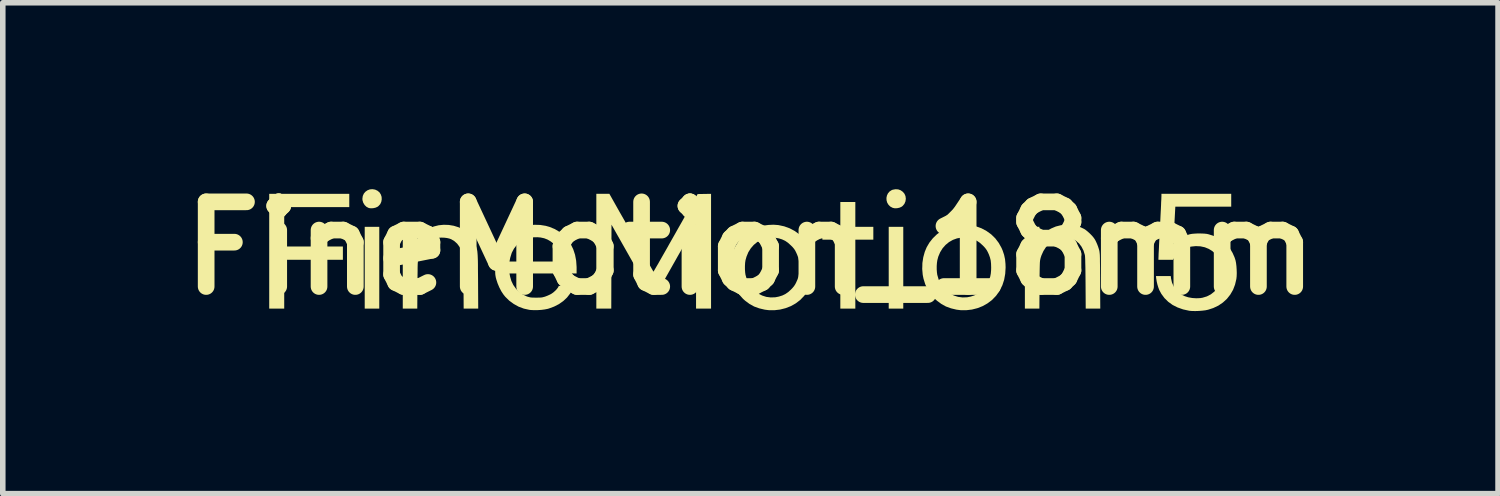
<source format=kicad_pcb>
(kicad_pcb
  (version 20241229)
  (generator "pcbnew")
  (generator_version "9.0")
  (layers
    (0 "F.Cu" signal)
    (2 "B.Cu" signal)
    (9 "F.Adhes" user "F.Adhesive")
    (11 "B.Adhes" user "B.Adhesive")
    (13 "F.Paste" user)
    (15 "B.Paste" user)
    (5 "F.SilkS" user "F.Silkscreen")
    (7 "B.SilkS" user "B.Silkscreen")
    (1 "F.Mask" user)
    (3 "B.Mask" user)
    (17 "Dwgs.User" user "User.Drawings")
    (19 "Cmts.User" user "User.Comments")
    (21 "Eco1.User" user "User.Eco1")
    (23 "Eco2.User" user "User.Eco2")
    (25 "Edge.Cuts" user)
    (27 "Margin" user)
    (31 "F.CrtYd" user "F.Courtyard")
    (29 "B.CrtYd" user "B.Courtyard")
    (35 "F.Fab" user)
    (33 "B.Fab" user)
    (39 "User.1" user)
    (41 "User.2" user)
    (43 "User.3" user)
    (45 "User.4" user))
  (footprint "FineMotion_18mm"
    (layer "F.Cu")
    (at 10.458 1.418)
    (property "Reference" "FineMotion_18mm" (at 0 0 0) (layer "F.SilkS") (effects (font (size 1.524 1.524) (thickness 0.3))))
    (attr board_only exclude_from_pos_files exclude_from_bom)
    (fp_poly (pts (xy -6.681 1.087) (xy -6.943 1.087) (xy -6.943 -0.385) (xy -6.681 -0.385)) (stroke (width 0) (type solid)) (fill yes) (layer "F.SilkS"))
    (fp_poly (pts (xy 2.751 1.087) (xy 2.489 1.087) (xy 2.489 -0.385) (xy 2.751 -0.385)) (stroke (width 0) (type solid)) (fill yes) (layer "F.SilkS"))
    (fp_poly (pts (xy -7.221 -0.74) (xy -8.392 -0.74) (xy -8.392 -0.031) (xy -7.336 -0.031) (xy -7.336 0.208) (xy -8.392 0.208) (xy -8.392 1.087) (xy -8.662 1.087) (xy -8.662 -0.979) (xy -7.221 -0.979)) (stroke (width 0) (type solid)) (fill yes) (layer "F.SilkS"))
    (fp_poly (pts (xy 1.888 -0.385) (xy 2.212 -0.385) (xy 2.212 -0.154) (xy 1.888 -0.154) (xy 1.888 1.087) (xy 1.618 1.087) (xy 1.618 -0.154) (xy 1.295 -0.154) (xy 1.295 -0.385) (xy 1.618 -0.385) (xy 1.618 -0.832) (xy 1.888 -0.832)) (stroke (width 0) (type solid)) (fill yes) (layer "F.SilkS"))
    (fp_poly (pts (xy -6.756 -1.055) (xy -6.713 -1.035) (xy -6.677 -1.005) (xy -6.653 -0.967) (xy -6.639 -0.924) (xy -6.637 -0.879) (xy -6.645 -0.834) (xy -6.664 -0.793) (xy -6.695 -0.759) (xy -6.714 -0.745) (xy -6.751 -0.729) (xy -6.794 -0.72) (xy -6.838 -0.719) (xy -6.87 -0.724) (xy -6.911 -0.745) (xy -6.944 -0.777) (xy -6.969 -0.817) (xy -6.983 -0.864) (xy -6.985 -0.89) (xy -6.978 -0.94) (xy -6.959 -0.983) (xy -6.93 -1.017) (xy -6.893 -1.043) (xy -6.85 -1.059) (xy -6.804 -1.063)) (stroke (width 0) (type solid)) (fill yes) (layer "F.SilkS"))
    (fp_poly (pts (xy 2.66 -1.059) (xy 2.704 -1.043) (xy 2.742 -1.016) (xy 2.772 -0.981) (xy 2.791 -0.938) (xy 2.797 -0.89) (xy 2.79 -0.842) (xy 2.771 -0.798) (xy 2.74 -0.761) (xy 2.718 -0.745) (xy 2.682 -0.729) (xy 2.639 -0.72) (xy 2.596 -0.719) (xy 2.56 -0.727) (xy 2.517 -0.75) (xy 2.485 -0.782) (xy 2.462 -0.82) (xy 2.45 -0.862) (xy 2.448 -0.906) (xy 2.457 -0.948) (xy 2.475 -0.987) (xy 2.504 -1.021) (xy 2.543 -1.046) (xy 2.561 -1.053) (xy 2.611 -1.062)) (stroke (width 0) (type solid)) (fill yes) (layer "F.SilkS"))
    (fp_poly (pts (xy -0.709 1.087) (xy -0.979 1.087) (xy -0.979 0.331) (xy -0.979 0.225) (xy -0.979 0.123) (xy -0.979 0.026) (xy -0.98 -0.063) (xy -0.98 -0.146) (xy -0.981 -0.219) (xy -0.981 -0.283) (xy -0.982 -0.337) (xy -0.983 -0.378) (xy -0.984 -0.407) (xy -0.984 -0.422) (xy -0.985 -0.424) (xy -0.992 -0.418) (xy -1.002 -0.402) (xy -1.006 -0.394) (xy -1.012 -0.383) (xy -1.025 -0.359) (xy -1.045 -0.324) (xy -1.07 -0.279) (xy -1.1 -0.225) (xy -1.135 -0.162) (xy -1.175 -0.093) (xy -1.217 -0.018) (xy -1.262 0.063) (xy -1.31 0.147) (xy -1.333 0.188) (xy -1.645 0.74) (xy -1.745 0.738) (xy -1.844 0.736) (xy -2.501 -0.424) (xy -2.503 0.331) (xy -2.505 1.087) (xy -2.774 1.087) (xy -2.774 -0.979) (xy -2.539 -0.979) (xy -2.351 -0.645) (xy -2.268 -0.5) (xy -2.194 -0.368) (xy -2.126 -0.248) (xy -2.064 -0.14) (xy -2.01 -0.043) (xy -1.961 0.043) (xy -1.918 0.119) (xy -1.881 0.185) (xy -1.849 0.241) (xy -1.822 0.289) (xy -1.799 0.329) (xy -1.781 0.361) (xy -1.767 0.385) (xy -1.757 0.403) (xy -1.75 0.415) (xy -1.746 0.421) (xy -1.746 0.422) (xy -1.741 0.416) (xy -1.731 0.398) (xy -1.714 0.369) (xy -1.692 0.331) (xy -1.665 0.285) (xy -1.635 0.232) (xy -1.602 0.174) (xy -1.581 0.137) (xy -1.545 0.074) (xy -1.503 0.000423) (xy -1.457 -0.082) (xy -1.407 -0.17) (xy -1.355 -0.261) (xy -1.303 -0.354) (xy -1.251 -0.445) (xy -1.202 -0.532) (xy -1.185 -0.563) (xy -0.951 -0.975) (xy -0.83 -0.977) (xy -0.709 -0.979)) (stroke (width 0) (type solid)) (fill yes) (layer "F.SilkS"))
    (fp_poly (pts (xy -5.43 -0.419) (xy -5.34 -0.404) (xy -5.253 -0.377) (xy -5.188 -0.346) (xy -5.164 -0.33) (xy -5.134 -0.306) (xy -5.103 -0.278) (xy -5.078 -0.255) (xy -5.046 -0.221) (xy -5.021 -0.192) (xy -5.001 -0.163) (xy -4.983 -0.128) (xy -4.976 -0.116) (xy -4.963 -0.089) (xy -4.952 -0.065) (xy -4.942 -0.042) (xy -4.934 -0.021) (xy -4.927 0.002) (xy -4.921 0.027) (xy -4.916 0.055) (xy -4.913 0.088) (xy -4.91 0.127) (xy -4.908 0.174) (xy -4.906 0.229) (xy -4.905 0.294) (xy -4.905 0.37) (xy -4.904 0.459) (xy -4.903 0.561) (xy -4.903 0.584) (xy -4.9 1.087) (xy -5.162 1.087) (xy -5.165 0.622) (xy -5.166 0.518) (xy -5.167 0.424) (xy -5.169 0.341) (xy -5.17 0.271) (xy -5.172 0.213) (xy -5.173 0.169) (xy -5.175 0.139) (xy -5.177 0.123) (xy -5.202 0.045) (xy -5.236 -0.024) (xy -5.279 -0.082) (xy -5.33 -0.128) (xy -5.387 -0.162) (xy -5.42 -0.174) (xy -5.464 -0.184) (xy -5.516 -0.19) (xy -5.569 -0.191) (xy -5.615 -0.187) (xy -5.628 -0.185) (xy -5.698 -0.163) (xy -5.764 -0.127) (xy -5.825 -0.078) (xy -5.878 -0.019) (xy -5.923 0.05) (xy -5.959 0.127) (xy -5.974 0.175) (xy -5.978 0.189) (xy -5.981 0.202) (xy -5.983 0.217) (xy -5.985 0.234) (xy -5.987 0.256) (xy -5.989 0.283) (xy -5.99 0.316) (xy -5.991 0.358) (xy -5.991 0.41) (xy -5.992 0.472) (xy -5.993 0.547) (xy -5.993 0.635) (xy -5.994 0.661) (xy -5.997 1.087) (xy -6.258 1.087) (xy -6.258 -0.385) (xy -5.996 -0.385) (xy -5.994 -0.277) (xy -5.992 -0.169) (xy -5.963 -0.208) (xy -5.93 -0.245) (xy -5.887 -0.285) (xy -5.839 -0.322) (xy -5.79 -0.352) (xy -5.781 -0.357) (xy -5.7 -0.391) (xy -5.613 -0.413) (xy -5.522 -0.422)) (stroke (width 0) (type solid)) (fill yes) (layer "F.SilkS"))
    (fp_poly (pts (xy 5.767 -0.419) (xy 5.858 -0.404) (xy 5.944 -0.377) (xy 6.009 -0.346) (xy 6.033 -0.33) (xy 6.063 -0.306) (xy 6.095 -0.278) (xy 6.12 -0.254) (xy 6.152 -0.221) (xy 6.176 -0.192) (xy 6.196 -0.164) (xy 6.214 -0.132) (xy 6.222 -0.115) (xy 6.24 -0.075) (xy 6.257 -0.031) (xy 6.27 0.01) (xy 6.274 0.023) (xy 6.278 0.037) (xy 6.281 0.05) (xy 6.283 0.064) (xy 6.285 0.08) (xy 6.287 0.099) (xy 6.289 0.123) (xy 6.29 0.153) (xy 6.291 0.191) (xy 6.291 0.236) (xy 6.292 0.291) (xy 6.293 0.357) (xy 6.293 0.436) (xy 6.294 0.527) (xy 6.294 0.588) (xy 6.297 1.087) (xy 6.035 1.087) (xy 6.032 0.622) (xy 6.031 0.518) (xy 6.03 0.424) (xy 6.029 0.341) (xy 6.027 0.271) (xy 6.026 0.213) (xy 6.024 0.169) (xy 6.022 0.139) (xy 6.02 0.123) (xy 5.995 0.042) (xy 5.959 -0.028) (xy 5.915 -0.086) (xy 5.861 -0.132) (xy 5.798 -0.166) (xy 5.788 -0.17) (xy 5.745 -0.182) (xy 5.694 -0.189) (xy 5.64 -0.191) (xy 5.59 -0.189) (xy 5.57 -0.185) (xy 5.499 -0.163) (xy 5.433 -0.127) (xy 5.372 -0.078) (xy 5.319 -0.019) (xy 5.274 0.05) (xy 5.239 0.127) (xy 5.223 0.175) (xy 5.22 0.189) (xy 5.217 0.202) (xy 5.214 0.217) (xy 5.212 0.234) (xy 5.21 0.256) (xy 5.209 0.283) (xy 5.208 0.316) (xy 5.207 0.358) (xy 5.206 0.41) (xy 5.205 0.472) (xy 5.204 0.547) (xy 5.204 0.635) (xy 5.204 0.661) (xy 5.201 1.087) (xy 4.94 1.087) (xy 4.94 -0.385) (xy 5.201 -0.385) (xy 5.206 -0.169) (xy 5.235 -0.208) (xy 5.268 -0.245) (xy 5.311 -0.285) (xy 5.359 -0.322) (xy 5.407 -0.352) (xy 5.417 -0.357) (xy 5.497 -0.391) (xy 5.584 -0.413) (xy 5.675 -0.422)) (stroke (width 0) (type solid)) (fill yes) (layer "F.SilkS"))
    (fp_poly (pts (xy 0.499 -0.417) (xy 0.501 -0.417) (xy 0.608 -0.394) (xy 0.707 -0.358) (xy 0.799 -0.309) (xy 0.881 -0.249) (xy 0.954 -0.178) (xy 1.017 -0.096) (xy 1.067 -0.005) (xy 1.088 0.042) (xy 1.113 0.12) (xy 1.13 0.199) (xy 1.139 0.284) (xy 1.14 0.347) (xy 1.134 0.461) (xy 1.115 0.567) (xy 1.082 0.666) (xy 1.037 0.758) (xy 0.977 0.845) (xy 0.963 0.862) (xy 0.894 0.933) (xy 0.815 0.993) (xy 0.728 1.042) (xy 0.633 1.079) (xy 0.534 1.104) (xy 0.432 1.116) (xy 0.328 1.115) (xy 0.258 1.106) (xy 0.157 1.082) (xy 0.066 1.049) (xy -0.017 1.003) (xy -0.095 0.945) (xy -0.133 0.911) (xy -0.203 0.833) (xy -0.26 0.746) (xy -0.305 0.651) (xy -0.337 0.548) (xy -0.351 0.478) (xy -0.36 0.373) (xy -0.359 0.321) (xy -0.099 0.321) (xy -0.099 0.381) (xy -0.095 0.437) (xy -0.089 0.479) (xy -0.064 0.564) (xy -0.027 0.641) (xy 0.02 0.71) (xy 0.076 0.768) (xy 0.14 0.816) (xy 0.211 0.852) (xy 0.286 0.876) (xy 0.366 0.886) (xy 0.449 0.883) (xy 0.51 0.871) (xy 0.574 0.851) (xy 0.628 0.825) (xy 0.679 0.79) (xy 0.729 0.745) (xy 0.762 0.71) (xy 0.787 0.679) (xy 0.807 0.648) (xy 0.823 0.617) (xy 0.848 0.56) (xy 0.865 0.508) (xy 0.875 0.454) (xy 0.88 0.393) (xy 0.881 0.347) (xy 0.879 0.279) (xy 0.872 0.221) (xy 0.86 0.168) (xy 0.84 0.115) (xy 0.823 0.077) (xy 0.805 0.041) (xy 0.785 0.011) (xy 0.76 -0.019) (xy 0.729 -0.05) (xy 0.676 -0.098) (xy 0.625 -0.133) (xy 0.569 -0.159) (xy 0.512 -0.177) (xy 0.427 -0.192) (xy 0.345 -0.191) (xy 0.266 -0.177) (xy 0.191 -0.15) (xy 0.122 -0.111) (xy 0.06 -0.06) (xy 0.007 0.001) (xy -0.038 0.072) (xy -0.071 0.152) (xy -0.089 0.216) (xy -0.096 0.264) (xy -0.099 0.321) (xy -0.359 0.321) (xy -0.357 0.267) (xy -0.342 0.163) (xy -0.315 0.065) (xy -0.279 -0.019) (xy -0.23 -0.102) (xy -0.169 -0.179) (xy -0.098 -0.248) (xy -0.02 -0.307) (xy 0.062 -0.353) (xy 0.068 -0.356) (xy 0.146 -0.385) (xy 0.233 -0.407) (xy 0.324 -0.419) (xy 0.415 -0.423)) (stroke (width 0) (type solid)) (fill yes) (layer "F.SilkS"))
    (fp_poly (pts (xy 3.951 -0.417) (xy 3.954 -0.417) (xy 4.06 -0.394) (xy 4.16 -0.358) (xy 4.251 -0.309) (xy 4.334 -0.249) (xy 4.407 -0.178) (xy 4.469 -0.096) (xy 4.52 -0.005) (xy 4.54 0.042) (xy 4.566 0.12) (xy 4.583 0.199) (xy 4.591 0.284) (xy 4.593 0.347) (xy 4.586 0.461) (xy 4.567 0.567) (xy 4.535 0.666) (xy 4.489 0.758) (xy 4.43 0.845) (xy 4.416 0.862) (xy 4.347 0.933) (xy 4.267 0.993) (xy 4.18 1.042) (xy 4.086 1.079) (xy 3.987 1.104) (xy 3.884 1.116) (xy 3.78 1.115) (xy 3.71 1.106) (xy 3.61 1.082) (xy 3.519 1.049) (xy 3.436 1.003) (xy 3.358 0.945) (xy 3.32 0.911) (xy 3.25 0.833) (xy 3.192 0.746) (xy 3.147 0.651) (xy 3.115 0.548) (xy 3.101 0.478) (xy 3.092 0.373) (xy 3.094 0.321) (xy 3.353 0.321) (xy 3.353 0.381) (xy 3.357 0.437) (xy 3.363 0.479) (xy 3.388 0.564) (xy 3.425 0.641) (xy 3.472 0.71) (xy 3.528 0.768) (xy 3.592 0.816) (xy 3.663 0.852) (xy 3.739 0.876) (xy 3.819 0.886) (xy 3.901 0.883) (xy 3.963 0.871) (xy 4.026 0.851) (xy 4.081 0.825) (xy 4.132 0.79) (xy 4.182 0.745) (xy 4.215 0.71) (xy 4.239 0.679) (xy 4.259 0.648) (xy 4.276 0.617) (xy 4.3 0.56) (xy 4.317 0.508) (xy 4.327 0.454) (xy 4.332 0.393) (xy 4.333 0.347) (xy 4.331 0.279) (xy 4.325 0.221) (xy 4.312 0.168) (xy 4.293 0.115) (xy 4.276 0.077) (xy 4.257 0.041) (xy 4.237 0.011) (xy 4.212 -0.019) (xy 4.182 -0.05) (xy 4.129 -0.098) (xy 4.077 -0.133) (xy 4.022 -0.159) (xy 3.964 -0.177) (xy 3.88 -0.192) (xy 3.797 -0.191) (xy 3.718 -0.177) (xy 3.644 -0.15) (xy 3.575 -0.111) (xy 3.513 -0.06) (xy 3.459 0.001) (xy 3.415 0.072) (xy 3.381 0.152) (xy 3.364 0.216) (xy 3.357 0.264) (xy 3.353 0.321) (xy 3.094 0.321) (xy 3.095 0.267) (xy 3.111 0.163) (xy 3.138 0.065) (xy 3.173 -0.019) (xy 3.222 -0.102) (xy 3.283 -0.179) (xy 3.354 -0.248) (xy 3.432 -0.307) (xy 3.514 -0.353) (xy 3.521 -0.356) (xy 3.599 -0.385) (xy 3.686 -0.407) (xy 3.777 -0.419) (xy 3.867 -0.423)) (stroke (width 0) (type solid)) (fill yes) (layer "F.SilkS"))
    (fp_poly (pts (xy -3.785 -0.419) (xy -3.685 -0.403) (xy -3.618 -0.384) (xy -3.522 -0.345) (xy -3.435 -0.293) (xy -3.358 -0.23) (xy -3.291 -0.157) (xy -3.235 -0.074) (xy -3.19 0.018) (xy -3.157 0.118) (xy -3.137 0.225) (xy -3.129 0.339) (xy -3.129 0.35) (xy -3.129 0.455) (xy -4.337 0.455) (xy -4.326 0.511) (xy -4.304 0.588) (xy -4.269 0.661) (xy -4.222 0.727) (xy -4.166 0.785) (xy -4.101 0.831) (xy -4.03 0.866) (xy -4.014 0.872) (xy -3.988 0.879) (xy -3.963 0.885) (xy -3.937 0.888) (xy -3.904 0.889) (xy -3.861 0.89) (xy -3.853 0.89) (xy -3.809 0.889) (xy -3.775 0.888) (xy -3.749 0.885) (xy -3.725 0.879) (xy -3.699 0.872) (xy -3.688 0.868) (xy -3.652 0.854) (xy -3.615 0.837) (xy -3.585 0.822) (xy -3.583 0.82) (xy -3.552 0.799) (xy -3.52 0.771) (xy -3.491 0.742) (xy -3.469 0.714) (xy -3.459 0.698) (xy -3.45 0.678) (xy -3.316 0.678) (xy -3.267 0.679) (xy -3.227 0.68) (xy -3.199 0.682) (xy -3.185 0.684) (xy -3.183 0.686) (xy -3.186 0.696) (xy -3.193 0.716) (xy -3.202 0.736) (xy -3.245 0.815) (xy -3.301 0.887) (xy -3.369 0.951) (xy -3.447 1.006) (xy -3.535 1.051) (xy -3.63 1.086) (xy -3.652 1.092) (xy -3.703 1.102) (xy -3.764 1.11) (xy -3.83 1.114) (xy -3.894 1.115) (xy -3.953 1.112) (xy -3.98 1.109) (xy -4.079 1.087) (xy -4.173 1.052) (xy -4.261 1.003) (xy -4.342 0.944) (xy -4.413 0.874) (xy -4.446 0.833) (xy -4.485 0.774) (xy -4.521 0.704) (xy -4.552 0.63) (xy -4.575 0.559) (xy -4.583 0.529) (xy -4.588 0.502) (xy -4.592 0.476) (xy -4.594 0.446) (xy -4.595 0.409) (xy -4.596 0.362) (xy -4.596 0.347) (xy -4.595 0.296) (xy -4.594 0.256) (xy -4.593 0.239) (xy -4.337 0.239) (xy -3.383 0.239) (xy -3.388 0.214) (xy -3.41 0.127) (xy -3.444 0.048) (xy -3.489 -0.023) (xy -3.545 -0.083) (xy -3.595 -0.122) (xy -3.653 -0.156) (xy -3.712 -0.179) (xy -3.776 -0.193) (xy -3.834 -0.198) (xy -3.923 -0.196) (xy -4.006 -0.179) (xy -4.081 -0.15) (xy -4.149 -0.109) (xy -4.208 -0.056) (xy -4.257 0.008) (xy -4.296 0.082) (xy -4.322 0.165) (xy -4.327 0.187) (xy -4.337 0.239) (xy -4.593 0.239) (xy -4.593 0.225) (xy -4.589 0.198) (xy -4.584 0.172) (xy -4.577 0.143) (xy -4.575 0.135) (xy -4.54 0.029) (xy -4.492 -0.068) (xy -4.433 -0.155) (xy -4.363 -0.231) (xy -4.281 -0.297) (xy -4.263 -0.309) (xy -4.178 -0.356) (xy -4.086 -0.39) (xy -3.988 -0.413) (xy -3.887 -0.422)) (stroke (width 0) (type solid)) (fill yes) (layer "F.SilkS"))
    (fp_poly (pts (xy 8.654 -0.748) (xy 7.648 -0.748) (xy 7.634 -0.487) (xy 7.631 -0.422) (xy 7.627 -0.357) (xy 7.624 -0.296) (xy 7.621 -0.242) (xy 7.619 -0.197) (xy 7.617 -0.163) (xy 7.616 -0.15) (xy 7.611 -0.073) (xy 7.663 -0.121) (xy 7.714 -0.161) (xy 7.775 -0.197) (xy 7.839 -0.228) (xy 7.903 -0.25) (xy 7.911 -0.252) (xy 7.95 -0.259) (xy 8 -0.263) (xy 8.055 -0.266) (xy 8.112 -0.265) (xy 8.167 -0.263) (xy 8.214 -0.258) (xy 8.246 -0.251) (xy 8.329 -0.225) (xy 8.402 -0.194) (xy 8.467 -0.157) (xy 8.519 -0.118) (xy 8.579 -0.061) (xy 8.633 0.008) (xy 8.679 0.085) (xy 8.715 0.167) (xy 8.732 0.22) (xy 8.741 0.266) (xy 8.748 0.323) (xy 8.752 0.385) (xy 8.754 0.447) (xy 8.752 0.505) (xy 8.747 0.553) (xy 8.723 0.655) (xy 8.687 0.749) (xy 8.637 0.835) (xy 8.577 0.911) (xy 8.505 0.977) (xy 8.423 1.033) (xy 8.33 1.077) (xy 8.238 1.107) (xy 8.191 1.117) (xy 8.134 1.124) (xy 8.071 1.129) (xy 8.009 1.131) (xy 7.95 1.13) (xy 7.901 1.126) (xy 7.895 1.125) (xy 7.787 1.101) (xy 7.688 1.066) (xy 7.599 1.021) (xy 7.52 0.964) (xy 7.453 0.898) (xy 7.396 0.821) (xy 7.358 0.75) (xy 7.342 0.707) (xy 7.326 0.655) (xy 7.313 0.6) (xy 7.305 0.549) (xy 7.303 0.538) (xy 7.3 0.501) (xy 7.566 0.501) (xy 7.571 0.544) (xy 7.588 0.619) (xy 7.619 0.689) (xy 7.662 0.752) (xy 7.716 0.806) (xy 7.758 0.835) (xy 7.814 0.862) (xy 7.879 0.883) (xy 7.951 0.896) (xy 8.025 0.901) (xy 8.096 0.898) (xy 8.138 0.891) (xy 8.217 0.867) (xy 8.288 0.83) (xy 8.35 0.781) (xy 8.403 0.72) (xy 8.445 0.65) (xy 8.473 0.578) (xy 8.482 0.533) (xy 8.488 0.479) (xy 8.49 0.422) (xy 8.489 0.367) (xy 8.482 0.319) (xy 8.482 0.317) (xy 8.458 0.238) (xy 8.421 0.167) (xy 8.374 0.105) (xy 8.317 0.054) (xy 8.252 0.013) (xy 8.179 -0.017) (xy 8.1 -0.034) (xy 8.016 -0.038) (xy 7.929 -0.029) (xy 7.916 -0.026) (xy 7.845 -0.004) (xy 7.776 0.031) (xy 7.713 0.077) (xy 7.659 0.132) (xy 7.633 0.166) (xy 7.605 0.208) (xy 7.344 0.208) (xy 7.344 0.179) (xy 7.345 0.167) (xy 7.346 0.14) (xy 7.347 0.101) (xy 7.35 0.05) (xy 7.353 -0.01) (xy 7.356 -0.08) (xy 7.36 -0.156) (xy 7.364 -0.239) (xy 7.369 -0.327) (xy 7.371 -0.378) (xy 7.376 -0.467) (xy 7.38 -0.553) (xy 7.384 -0.634) (xy 7.388 -0.709) (xy 7.391 -0.775) (xy 7.393 -0.833) (xy 7.396 -0.88) (xy 7.397 -0.915) (xy 7.398 -0.936) (xy 7.398 -0.942) (xy 7.398 -0.979) (xy 8.654 -0.979)) (stroke (width 0) (type solid)) (fill yes) (layer "F.SilkS")))
  (gr_rect
    (start -3 -3)
    (end 23.915 5.836)
    (stroke (width 0.1) (type default))
    (fill no)
    (layer "Edge.Cuts")))
</source>
